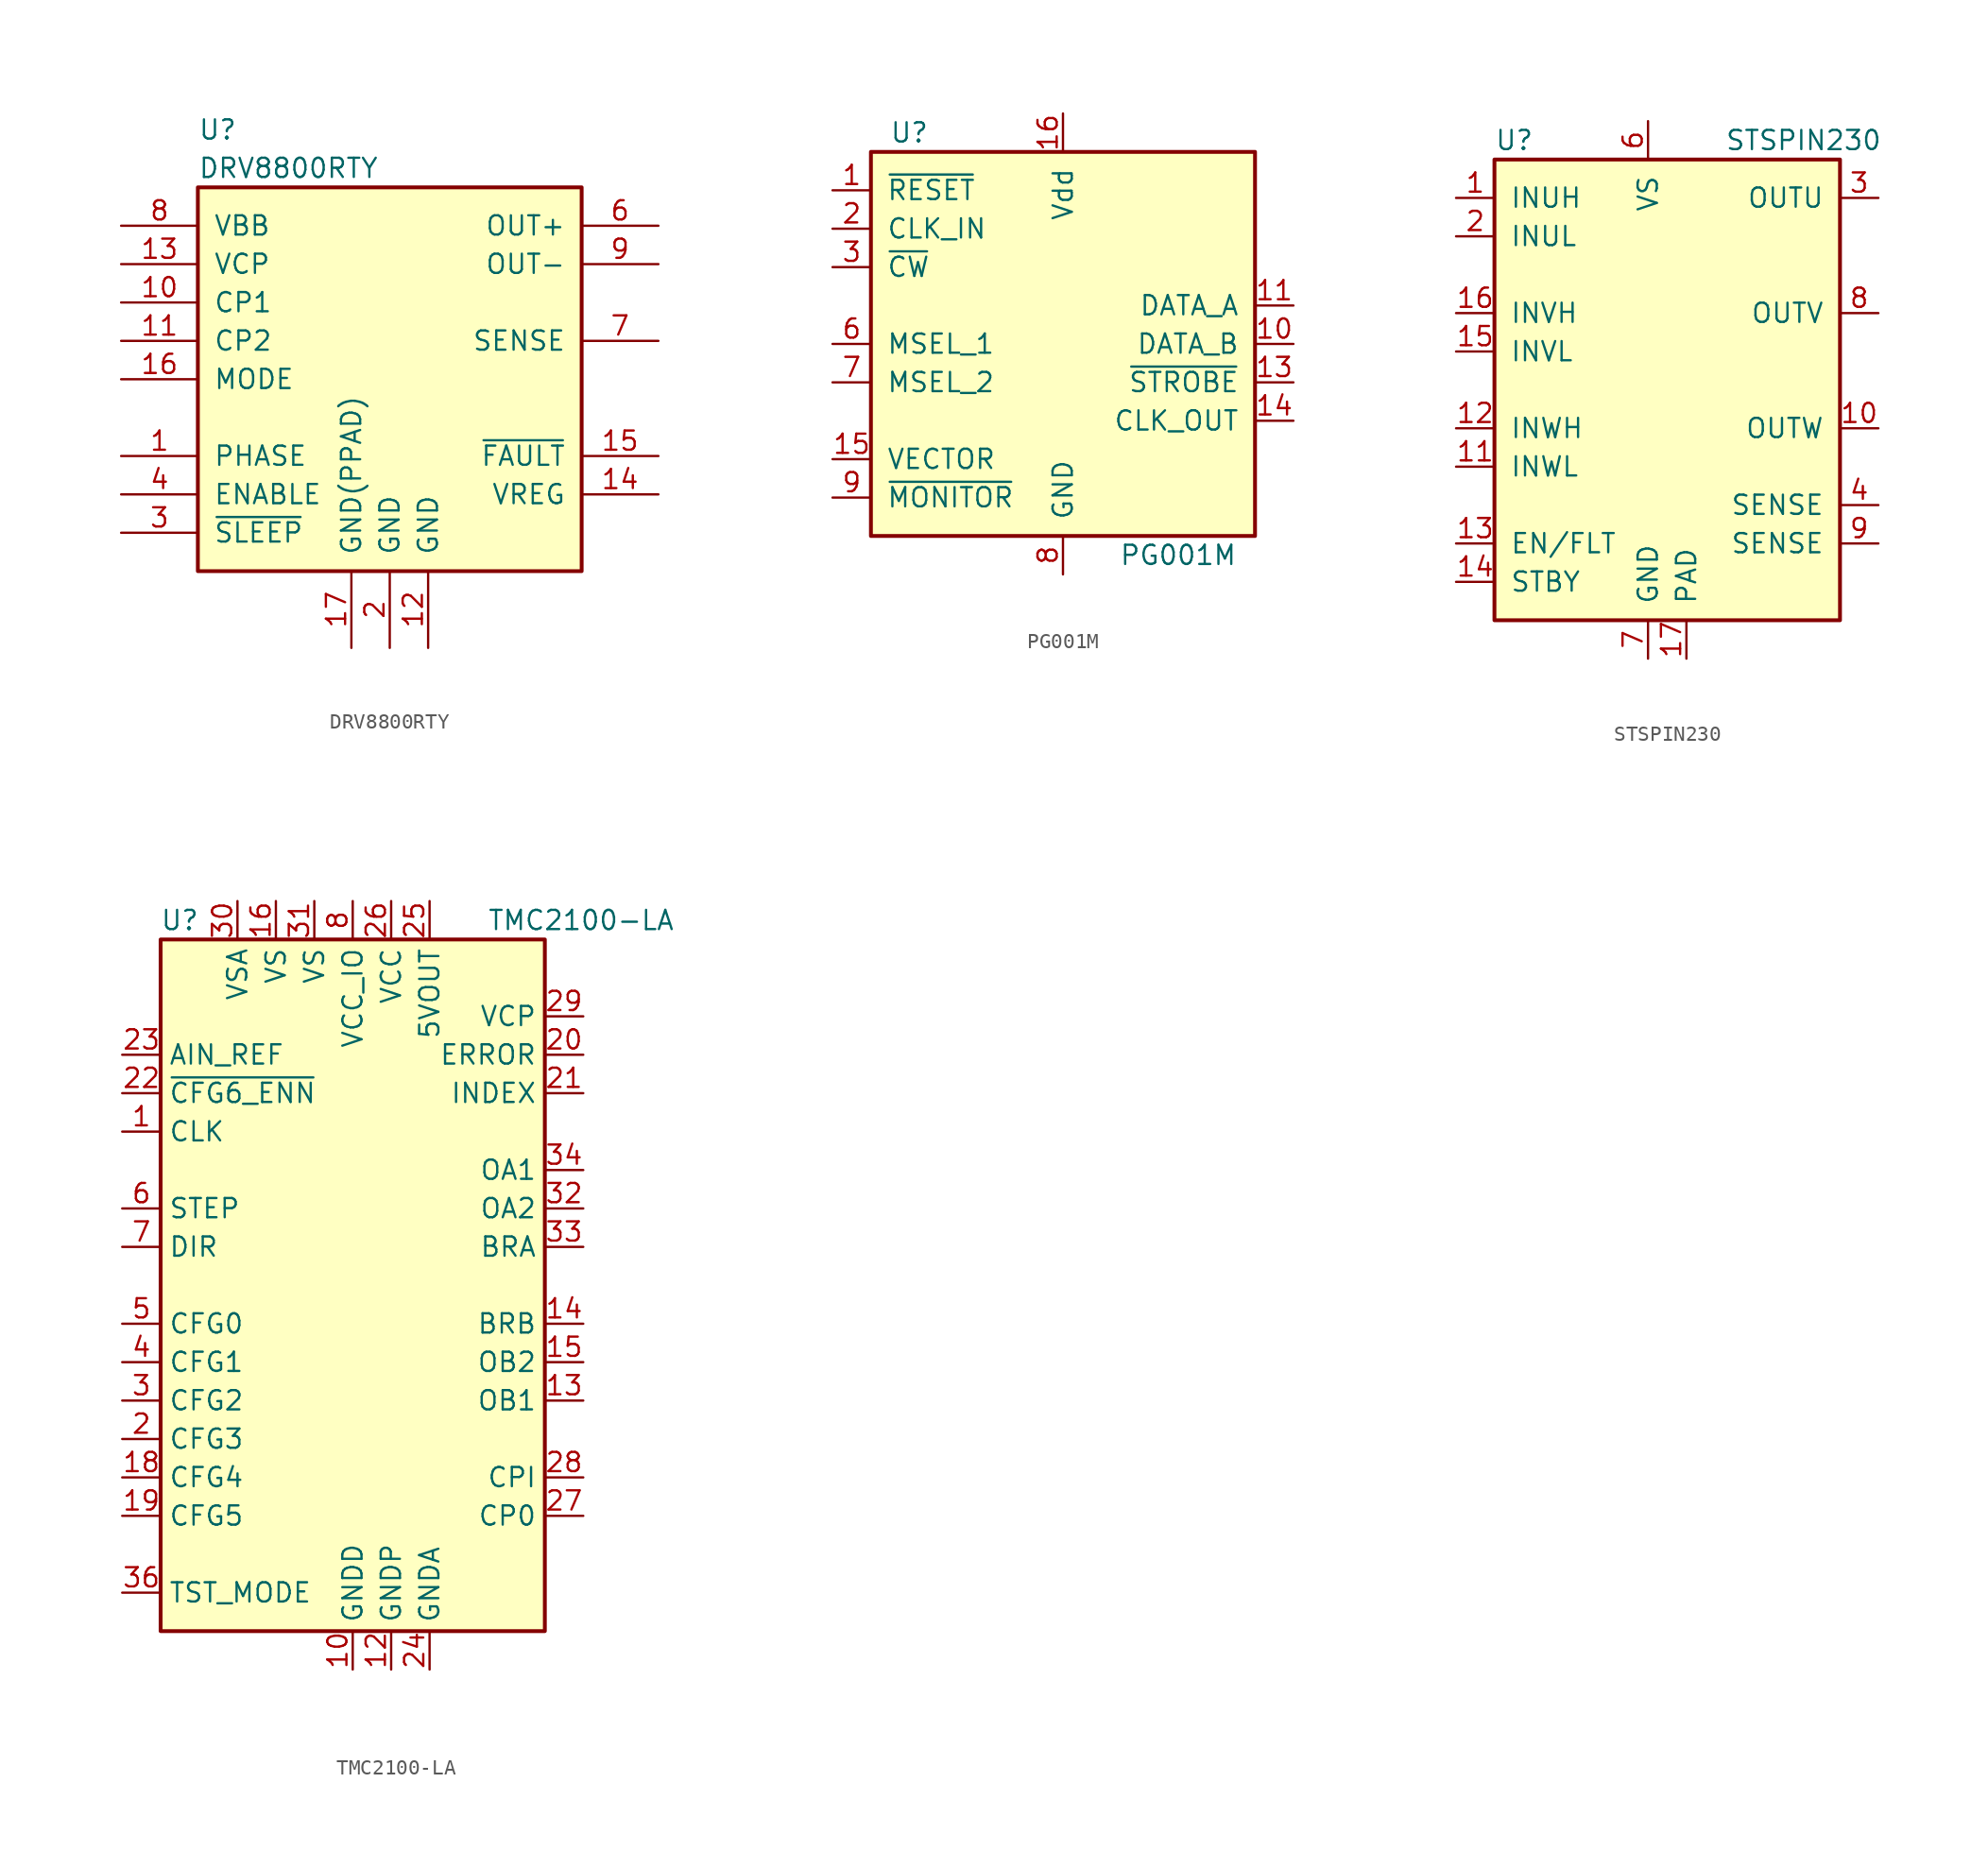
<source format=kicad_sym>
(kicad_symbol_lib
  (version 20200908)
  (generator kicad_symbol_editor)
  (symbol "Driver_Motor:DRV8800RTY"
    (pin_names
      (offset 1.016))
    (property "Reference" "U"
      (at -12.7 16.51 0)
      (effects (font (size 1.27 1.27)) (justify left)))
    (property "Value" "DRV8800RTY"
      (at -12.7 13.97 0)
      (effects (font (size 1.27 1.27)) (justify left)))
    (symbol "DRV8800RTY_0_1"
      (rectangle (start -12.7 12.7) (end 12.7 -12.7) (stroke (width 0.254)) (fill (type background))))
    (symbol "DRV8800RTY_1_1"
      (pin input line (at -17.78 -5.08 0) (length 5.08) (name "PHASE" (effects (font (size 1.27 1.27)))) (number "1" (effects (font (size 1.27 1.27)))))
      (pin power_in line (at -17.78 5.08 0) (length 5.08) (name "CP1" (effects (font (size 1.27 1.27)))) (number "10" (effects (font (size 1.27 1.27)))))
      (pin power_in line (at -17.78 2.54 0) (length 5.08) (name "CP2" (effects (font (size 1.27 1.27)))) (number "11" (effects (font (size 1.27 1.27)))))
      (pin power_in line (at 2.54 -17.78 90) (length 5.08) (name "GND" (effects (font (size 1.27 1.27)))) (number "12" (effects (font (size 1.27 1.27)))))
      (pin power_in line (at -17.78 7.62 0) (length 5.08) (name "VCP" (effects (font (size 1.27 1.27)))) (number "13" (effects (font (size 1.27 1.27)))))
      (pin output line (at 17.78 -7.62 180) (length 5.08) (name "VREG" (effects (font (size 1.27 1.27)))) (number "14" (effects (font (size 1.27 1.27)))))
      (pin open_collector line (at 17.78 -5.08 180) (length 5.08) (name "~FAULT" (effects (font (size 1.27 1.27)))) (number "15" (effects (font (size 1.27 1.27)))))
      (pin input line (at -17.78 0 0) (length 5.08) (name "MODE" (effects (font (size 1.27 1.27)))) (number "16" (effects (font (size 1.27 1.27)))))
      (pin power_in line (at -2.54 -17.78 90) (length 5.08) (name "GND(PPAD)" (effects (font (size 1.27 1.27)))) (number "17" (effects (font (size 1.27 1.27)))))
      (pin power_in line (at 0 -17.78 90) (length 5.08) (name "GND" (effects (font (size 1.27 1.27)))) (number "2" (effects (font (size 1.27 1.27)))))
      (pin input line (at -17.78 -10.16 0) (length 5.08) (name "~SLEEP" (effects (font (size 1.27 1.27)))) (number "3" (effects (font (size 1.27 1.27)))))
      (pin input line (at -17.78 -7.62 0) (length 5.08) (name "ENABLE" (effects (font (size 1.27 1.27)))) (number "4" (effects (font (size 1.27 1.27)))))
      (pin unconnected line (at -17.78 -2.54 0) (length 5.08) hide (name "NC" (effects (font (size 1.27 1.27)))) (number "5" (effects (font (size 1.27 1.27)))))
      (pin power_out line (at 17.78 10.16 180) (length 5.08) (name "OUT+" (effects (font (size 1.27 1.27)))) (number "6" (effects (font (size 1.27 1.27)))))
      (pin power_out line (at 17.78 2.54 180) (length 5.08) (name "SENSE" (effects (font (size 1.27 1.27)))) (number "7" (effects (font (size 1.27 1.27)))))
      (pin power_in line (at -17.78 10.16 0) (length 5.08) (name "VBB" (effects (font (size 1.27 1.27)))) (number "8" (effects (font (size 1.27 1.27)))))
      (pin power_out line (at 17.78 7.62 180) (length 5.08) (name "OUT-" (effects (font (size 1.27 1.27)))) (number "9" (effects (font (size 1.27 1.27)))))))
  (symbol "Driver_Motor:PG001M"
    (pin_names
      (offset 1.016))
    (property "Reference" "U"
      (at -10.16 13.97 0)
      (effects (font (size 1.27 1.27))))
    (property "Value" "PG001M"
      (at 7.62 -13.97 0)
      (effects (font (size 1.27 1.27))))
    (symbol "PG001M_0_1"
      (rectangle (start 12.7 -12.7) (end -12.7 12.7) (stroke (width 0.254)) (fill (type background))))
    (symbol "PG001M_1_1"
      (pin input line (at -15.24 10.16 0) (length 2.54) (name "~RESET~" (effects (font (size 1.27 1.27)))) (number "1" (effects (font (size 1.27 1.27)))))
      (pin output line (at 15.24 0 180) (length 2.54) (name "DATA_B" (effects (font (size 1.27 1.27)))) (number "10" (effects (font (size 1.27 1.27)))))
      (pin output line (at 15.24 2.54 180) (length 2.54) (name "DATA_A" (effects (font (size 1.27 1.27)))) (number "11" (effects (font (size 1.27 1.27)))))
      (pin output line (at 15.24 -2.54 180) (length 2.54) (name "~STROBE~" (effects (font (size 1.27 1.27)))) (number "13" (effects (font (size 1.27 1.27)))))
      (pin output line (at 15.24 -5.08 180) (length 2.54) (name "CLK_OUT" (effects (font (size 1.27 1.27)))) (number "14" (effects (font (size 1.27 1.27)))))
      (pin input line (at -15.24 -7.62 0) (length 2.54) (name "VECTOR" (effects (font (size 1.27 1.27)))) (number "15" (effects (font (size 1.27 1.27)))))
      (pin power_in line (at 0 15.24 270) (length 2.54) (name "Vdd" (effects (font (size 1.27 1.27)))) (number "16" (effects (font (size 1.27 1.27)))))
      (pin input line (at -15.24 7.62 0) (length 2.54) (name "CLK_IN" (effects (font (size 1.27 1.27)))) (number "2" (effects (font (size 1.27 1.27)))))
      (pin input line (at -15.24 5.08 0) (length 2.54) (name "~CW~" (effects (font (size 1.27 1.27)))) (number "3" (effects (font (size 1.27 1.27)))))
      (pin input line (at -15.24 0 0) (length 2.54) (name "MSEL_1" (effects (font (size 1.27 1.27)))) (number "6" (effects (font (size 1.27 1.27)))))
      (pin input line (at -15.24 -2.54 0) (length 2.54) (name "MSEL_2" (effects (font (size 1.27 1.27)))) (number "7" (effects (font (size 1.27 1.27)))))
      (pin power_in line (at 0 -15.24 90) (length 2.54) (name "GND" (effects (font (size 1.27 1.27)))) (number "8" (effects (font (size 1.27 1.27)))))
      (pin input line (at -15.24 -10.16 0) (length 2.54) (name "~MONITOR~" (effects (font (size 1.27 1.27)))) (number "9" (effects (font (size 1.27 1.27)))))))
  (symbol "Driver_Motor:STSPIN230"
    (pin_names
      (offset 1.016))
    (property "Reference" "U"
      (at -10.16 16.51 0)
      (effects (font (size 1.27 1.27)) (justify left)))
    (property "Value" "STSPIN230"
      (at 5.08 16.51 0)
      (effects (font (size 1.27 1.27)) (justify left)))
    (symbol "STSPIN230_0_1"
      (rectangle (start -10.16 15.24) (end 12.7 -15.24) (stroke (width 0.254)) (fill (type background))))
    (symbol "STSPIN230_1_1"
      (pin input line (at -12.7 12.7 0) (length 2.54) (name "INUH" (effects (font (size 1.27 1.27)))) (number "1" (effects (font (size 1.27 1.27)))))
      (pin power_out line (at 15.24 -2.54 180) (length 2.54) (name "OUTW" (effects (font (size 1.27 1.27)))) (number "10" (effects (font (size 1.27 1.27)))))
      (pin input line (at -12.7 -5.08 0) (length 2.54) (name "INWL" (effects (font (size 1.27 1.27)))) (number "11" (effects (font (size 1.27 1.27)))))
      (pin input line (at -12.7 -2.54 0) (length 2.54) (name "INWH" (effects (font (size 1.27 1.27)))) (number "12" (effects (font (size 1.27 1.27)))))
      (pin bidirectional line (at -12.7 -10.16 0) (length 2.54) (name "EN/FLT" (effects (font (size 1.27 1.27)))) (number "13" (effects (font (size 1.27 1.27)))))
      (pin input line (at -12.7 -12.7 0) (length 2.54) (name "STBY" (effects (font (size 1.27 1.27)))) (number "14" (effects (font (size 1.27 1.27)))))
      (pin input line (at -12.7 2.54 0) (length 2.54) (name "INVL" (effects (font (size 1.27 1.27)))) (number "15" (effects (font (size 1.27 1.27)))))
      (pin input line (at -12.7 5.08 0) (length 2.54) (name "INVH" (effects (font (size 1.27 1.27)))) (number "16" (effects (font (size 1.27 1.27)))))
      (pin power_in line (at 2.54 -17.78 90) (length 2.54) (name "PAD" (effects (font (size 1.27 1.27)))) (number "17" (effects (font (size 1.27 1.27)))))
      (pin input line (at -12.7 10.16 0) (length 2.54) (name "INUL" (effects (font (size 1.27 1.27)))) (number "2" (effects (font (size 1.27 1.27)))))
      (pin power_out line (at 15.24 12.7 180) (length 2.54) (name "OUTU" (effects (font (size 1.27 1.27)))) (number "3" (effects (font (size 1.27 1.27)))))
      (pin input line (at 15.24 -7.62 180) (length 2.54) (name "SENSE" (effects (font (size 1.27 1.27)))) (number "4" (effects (font (size 1.27 1.27)))))
      (pin unconnected line (at 5.08 -17.78 90) (length 2.54) hide (name "NC" (effects (font (size 1.27 1.27)))) (number "5" (effects (font (size 1.27 1.27)))))
      (pin power_in line (at 0 17.78 270) (length 2.54) (name "VS" (effects (font (size 1.27 1.27)))) (number "6" (effects (font (size 1.27 1.27)))))
      (pin power_in line (at 0 -17.78 90) (length 2.54) (name "GND" (effects (font (size 1.27 1.27)))) (number "7" (effects (font (size 1.27 1.27)))))
      (pin power_out line (at 15.24 5.08 180) (length 2.54) (name "OUTV" (effects (font (size 1.27 1.27)))) (number "8" (effects (font (size 1.27 1.27)))))
      (pin input line (at 15.24 -10.16 180) (length 2.54) (name "SENSE" (effects (font (size 1.27 1.27)))) (number "9" (effects (font (size 1.27 1.27)))))))
  (symbol "Driver_Motor:TMC2100-LA"
    (property "Reference" "U"
      (at -11.43 24.13 0)
      (effects (font (size 1.27 1.27))))
    (property "Value" "TMC2100-LA"
      (at 8.89 24.13 0)
      (effects (font (size 1.27 1.27)) (justify left)))
    (symbol "TMC2100-LA_0_1"
      (rectangle (start -12.7 22.86) (end 12.7 -22.86) (stroke (width 0.254)) (fill (type background))))
    (symbol "TMC2100-LA_1_1"
      (pin input line (at -15.24 10.16 0) (length 2.54) (name "CLK" (effects (font (size 1.27 1.27)))) (number "1" (effects (font (size 1.27 1.27)))))
      (pin power_in line (at 0 -25.4 90) (length 2.54) (name "GNDD" (effects (font (size 1.27 1.27)))) (number "10" (effects (font (size 1.27 1.27)))))
      (pin passive line (at 0 -25.4 90) (length 2.54) hide (name "GNDD" (effects (font (size 1.27 1.27)))) (number "11" (effects (font (size 1.27 1.27)))))
      (pin power_in line (at 2.54 -25.4 90) (length 2.54) (name "GNDP" (effects (font (size 1.27 1.27)))) (number "12" (effects (font (size 1.27 1.27)))))
      (pin output line (at 15.24 -7.62 180) (length 2.54) (name "OB1" (effects (font (size 1.27 1.27)))) (number "13" (effects (font (size 1.27 1.27)))))
      (pin passive line (at 15.24 -2.54 180) (length 2.54) (name "BRB" (effects (font (size 1.27 1.27)))) (number "14" (effects (font (size 1.27 1.27)))))
      (pin output line (at 15.24 -5.08 180) (length 2.54) (name "OB2" (effects (font (size 1.27 1.27)))) (number "15" (effects (font (size 1.27 1.27)))))
      (pin power_in line (at -5.08 25.4 270) (length 2.54) (name "VS" (effects (font (size 1.27 1.27)))) (number "16" (effects (font (size 1.27 1.27)))))
      (pin unconnected line (at 12.7 10.16 180) (length 2.54) hide (name "DNC" (effects (font (size 1.27 1.27)))) (number "17" (effects (font (size 1.27 1.27)))))
      (pin input line (at -15.24 -12.7 0) (length 2.54) (name "CFG4" (effects (font (size 1.27 1.27)))) (number "18" (effects (font (size 1.27 1.27)))))
      (pin input line (at -15.24 -15.24 0) (length 2.54) (name "CFG5" (effects (font (size 1.27 1.27)))) (number "19" (effects (font (size 1.27 1.27)))))
      (pin input line (at -15.24 -10.16 0) (length 2.54) (name "CFG3" (effects (font (size 1.27 1.27)))) (number "2" (effects (font (size 1.27 1.27)))))
      (pin open_collector line (at 15.24 15.24 180) (length 2.54) (name "ERROR" (effects (font (size 1.27 1.27)))) (number "20" (effects (font (size 1.27 1.27)))))
      (pin open_collector line (at 15.24 12.7 180) (length 2.54) (name "INDEX" (effects (font (size 1.27 1.27)))) (number "21" (effects (font (size 1.27 1.27)))))
      (pin input line (at -15.24 12.7 0) (length 2.54) (name "~CFG6_ENN" (effects (font (size 1.27 1.27)))) (number "22" (effects (font (size 1.27 1.27)))))
      (pin input line (at -15.24 15.24 0) (length 2.54) (name "AIN_REF" (effects (font (size 1.27 1.27)))) (number "23" (effects (font (size 1.27 1.27)))))
      (pin power_in line (at 5.08 -25.4 90) (length 2.54) (name "GNDA" (effects (font (size 1.27 1.27)))) (number "24" (effects (font (size 1.27 1.27)))))
      (pin power_out line (at 5.08 25.4 270) (length 2.54) (name "5VOUT" (effects (font (size 1.27 1.27)))) (number "25" (effects (font (size 1.27 1.27)))))
      (pin power_in line (at 2.54 25.4 270) (length 2.54) (name "VCC" (effects (font (size 1.27 1.27)))) (number "26" (effects (font (size 1.27 1.27)))))
      (pin passive line (at 15.24 -15.24 180) (length 2.54) (name "CP0" (effects (font (size 1.27 1.27)))) (number "27" (effects (font (size 1.27 1.27)))))
      (pin passive line (at 15.24 -12.7 180) (length 2.54) (name "CPI" (effects (font (size 1.27 1.27)))) (number "28" (effects (font (size 1.27 1.27)))))
      (pin passive line (at 15.24 17.78 180) (length 2.54) (name "VCP" (effects (font (size 1.27 1.27)))) (number "29" (effects (font (size 1.27 1.27)))))
      (pin input line (at -15.24 -7.62 0) (length 2.54) (name "CFG2" (effects (font (size 1.27 1.27)))) (number "3" (effects (font (size 1.27 1.27)))))
      (pin power_in line (at -7.62 25.4 270) (length 2.54) (name "VSA" (effects (font (size 1.27 1.27)))) (number "30" (effects (font (size 1.27 1.27)))))
      (pin power_in line (at -2.54 25.4 270) (length 2.54) (name "VS" (effects (font (size 1.27 1.27)))) (number "31" (effects (font (size 1.27 1.27)))))
      (pin output line (at 15.24 5.08 180) (length 2.54) (name "OA2" (effects (font (size 1.27 1.27)))) (number "32" (effects (font (size 1.27 1.27)))))
      (pin passive line (at 15.24 2.54 180) (length 2.54) (name "BRA" (effects (font (size 1.27 1.27)))) (number "33" (effects (font (size 1.27 1.27)))))
      (pin output line (at 15.24 7.62 180) (length 2.54) (name "OA1" (effects (font (size 1.27 1.27)))) (number "34" (effects (font (size 1.27 1.27)))))
      (pin passive line (at 2.54 -25.4 90) (length 2.54) hide (name "GNDP" (effects (font (size 1.27 1.27)))) (number "35" (effects (font (size 1.27 1.27)))))
      (pin input line (at -15.24 -20.32 0) (length 2.54) (name "TST_MODE" (effects (font (size 1.27 1.27)))) (number "36" (effects (font (size 1.27 1.27)))))
      (pin passive line (at 0 -25.4 90) (length 2.54) hide (name "GNDD" (effects (font (size 1.27 1.27)))) (number "37" (effects (font (size 1.27 1.27)))))
      (pin input line (at -15.24 -5.08 0) (length 2.54) (name "CFG1" (effects (font (size 1.27 1.27)))) (number "4" (effects (font (size 1.27 1.27)))))
      (pin input line (at -15.24 -2.54 0) (length 2.54) (name "CFG0" (effects (font (size 1.27 1.27)))) (number "5" (effects (font (size 1.27 1.27)))))
      (pin input line (at -15.24 5.08 0) (length 2.54) (name "STEP" (effects (font (size 1.27 1.27)))) (number "6" (effects (font (size 1.27 1.27)))))
      (pin input line (at -15.24 2.54 0) (length 2.54) (name "DIR" (effects (font (size 1.27 1.27)))) (number "7" (effects (font (size 1.27 1.27)))))
      (pin power_in line (at 0 25.4 270) (length 2.54) (name "VCC_IO" (effects (font (size 1.27 1.27)))) (number "8" (effects (font (size 1.27 1.27)))))
      (pin unconnected line (at 12.7 0 180) (length 2.54) hide (name "DNC" (effects (font (size 1.27 1.27)))) (number "9" (effects (font (size 1.27 1.27))))))))
</source>
